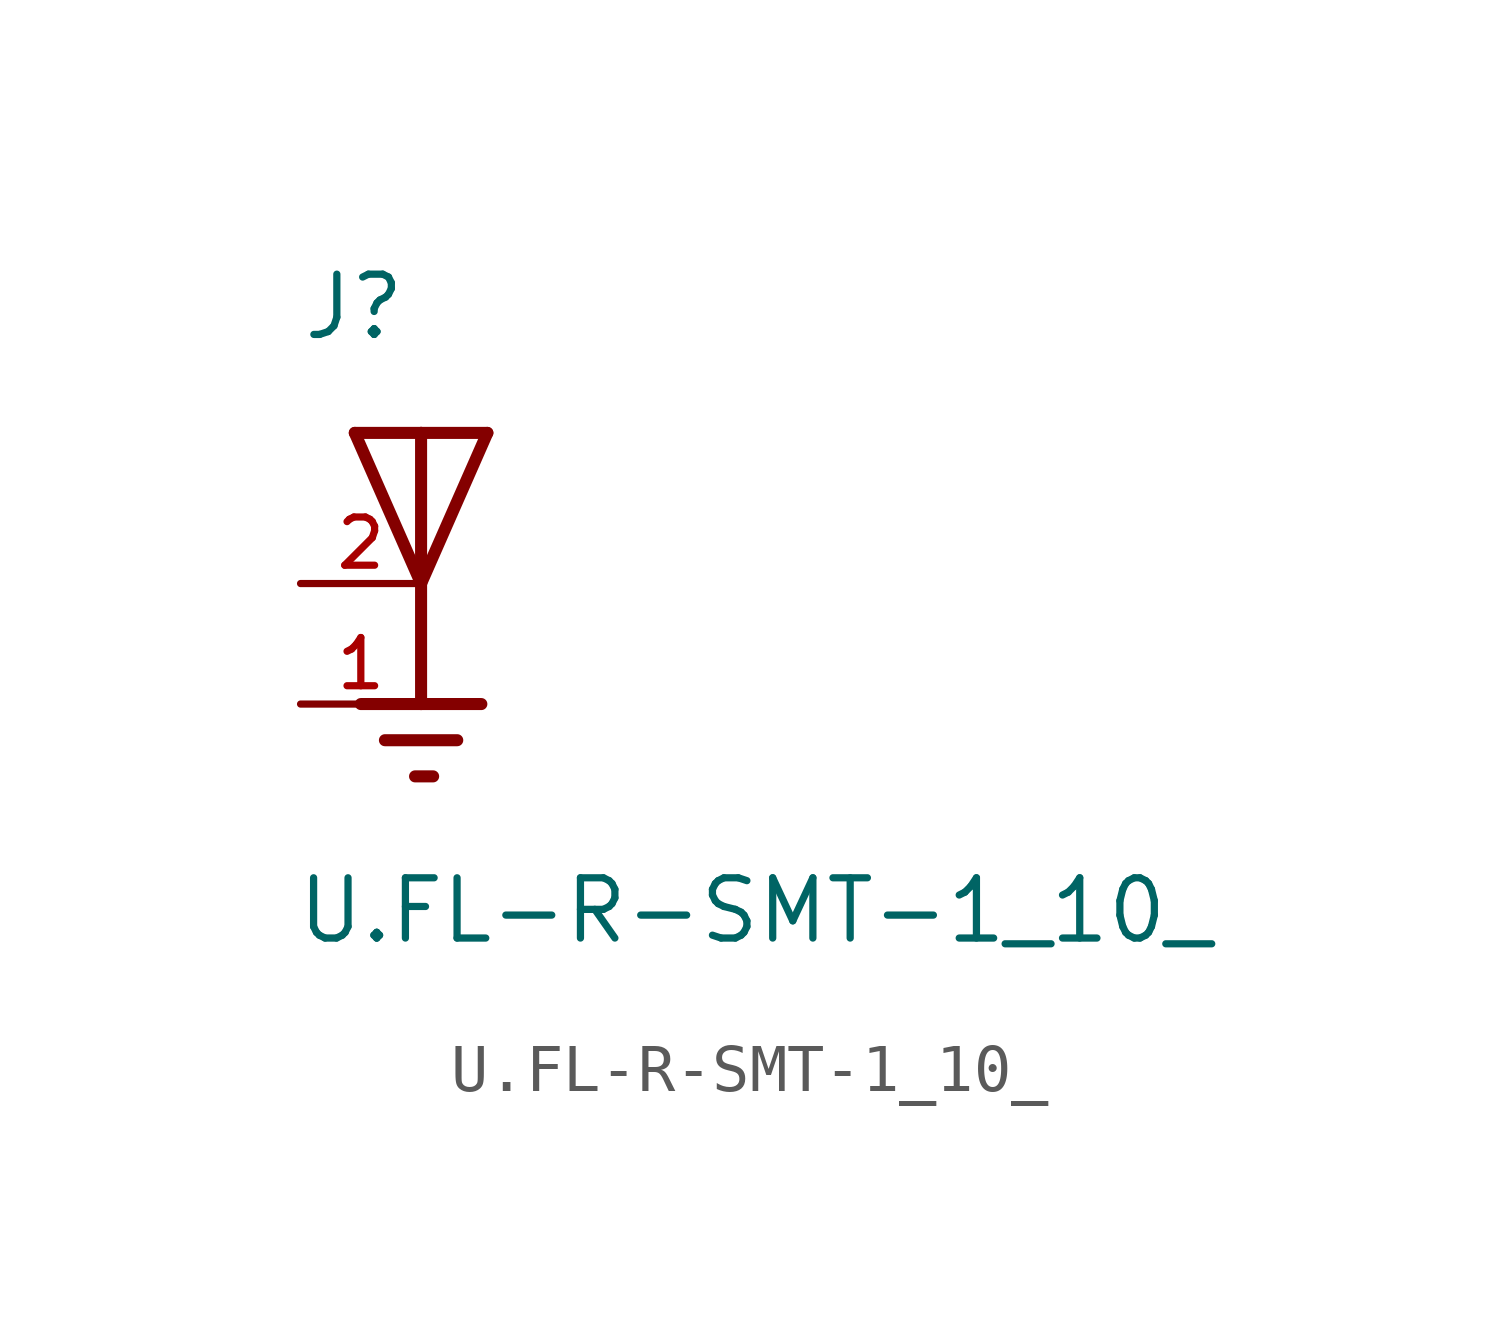
<source format=kicad_sym>
(kicad_symbol_lib
  (version 20211014)
  (generator kicad_symbol_editor)
  (symbol "U.FL-R-SMT-1_10_"
    (pin_names
      (offset 1.016))
    (property "Reference" "J"
      (at -2.541 5.087 0)
      (effects (font (size 1.27 1.27)) (justify bottom left)))
    (property "Value" "U.FL-R-SMT-1_10_"
      (at -2.668 -7.635 0)
      (effects (font (size 1.27 1.27)) (justify bottom left)))
    (symbol "U.FL-R-SMT-1_10__0_0"
      (polyline (pts (xy -1.397 3.175) (xy 0.0 3.175)) (stroke (width 0.254)))
      (polyline (pts (xy 0.0 3.175) (xy 1.397 3.175)) (stroke (width 0.254)))
      (polyline (pts (xy 1.397 3.175) (xy 0.0 0.0)) (stroke (width 0.254)))
      (polyline (pts (xy 0.0 0.0) (xy -1.397 3.175)) (stroke (width 0.254)))
      (polyline (pts (xy 0.0 3.175) (xy 0.0 0.0)) (stroke (width 0.254)))
      (polyline (pts (xy 0.0 0.0) (xy 0.0 -2.54)) (stroke (width 0.254)))
      (polyline (pts (xy 0.0 -2.54) (xy -1.27 -2.54)) (stroke (width 0.254)))
      (polyline (pts (xy 0.0 -2.54) (xy 1.27 -2.54)) (stroke (width 0.254)))
      (polyline (pts (xy -0.762 -3.302) (xy 0.762 -3.302)) (stroke (width 0.254)))
      (polyline (pts (xy -0.127 -4.064) (xy 0.254 -4.064)) (stroke (width 0.254)))
      (pin passive line (at -2.54 -2.54 0) (length 2.54) (name "~" (effects (font (size 1.016 1.016)))) (number "1" (effects (font (size 1.016 1.016)))))
      (pin passive line (at -2.54 -2.54 0) (length 2.54) hide (name "~" (effects (font (size 1.016 1.016)))) (number "3" (effects (font (size 1.016 1.016)))))
      (pin passive line (at -2.54 0.0 0) (length 2.54) (name "~" (effects (font (size 1.016 1.016)))) (number "2" (effects (font (size 1.016 1.016))))))))
</source>
